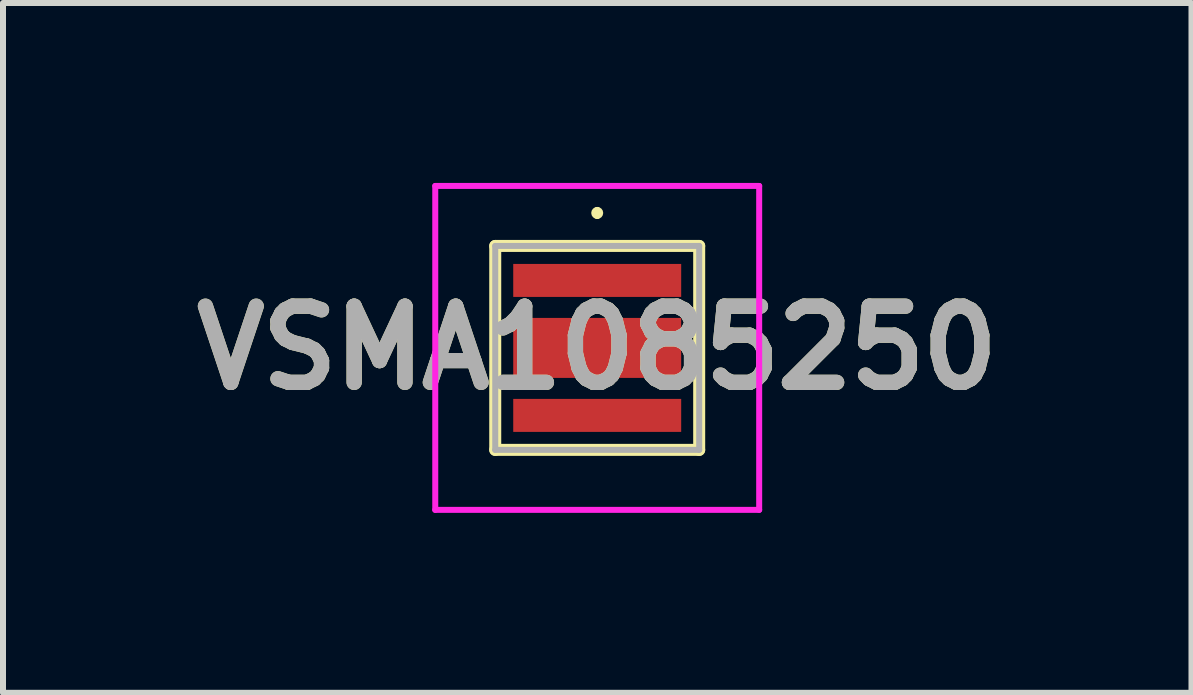
<source format=kicad_pcb>
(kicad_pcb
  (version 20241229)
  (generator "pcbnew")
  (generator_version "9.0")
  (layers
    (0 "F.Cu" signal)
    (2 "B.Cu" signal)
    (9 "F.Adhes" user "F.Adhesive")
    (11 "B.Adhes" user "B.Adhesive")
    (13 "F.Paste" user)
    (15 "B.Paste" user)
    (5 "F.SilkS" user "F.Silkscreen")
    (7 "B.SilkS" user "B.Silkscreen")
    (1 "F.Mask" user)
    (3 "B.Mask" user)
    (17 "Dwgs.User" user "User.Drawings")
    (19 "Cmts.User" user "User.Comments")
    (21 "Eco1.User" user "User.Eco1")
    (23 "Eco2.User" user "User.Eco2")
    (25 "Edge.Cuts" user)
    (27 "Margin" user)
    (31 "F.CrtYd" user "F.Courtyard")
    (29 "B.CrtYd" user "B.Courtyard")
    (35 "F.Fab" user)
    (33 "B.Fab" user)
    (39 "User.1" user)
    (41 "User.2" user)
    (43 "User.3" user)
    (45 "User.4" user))
  (footprint "VSMA1085250"
    (layer "F.Cu")
    (at 6.906 2.75)
    (property "Reference" "VSMA1085250" (at 0 0 0) (layer "F.SilkS") (effects (font (size 1.27 1.27) (thickness 0.254))))
    (attr smd)
    (fp_line (start -1.7 -1.7) (end 1.7 -1.7) (stroke (width 0.2) (type solid)) (layer "F.SilkS"))
    (fp_line (start -1.7 1.7) (end -1.7 -1.7) (stroke (width 0.2) (type solid)) (layer "F.SilkS"))
    (fp_line (start 0 -2.3) (end 0 -2.3) (stroke (width 0.1) (type solid)) (layer "F.SilkS"))
    (fp_line (start 0 -2.2) (end 0 -2.2) (stroke (width 0.1) (type solid)) (layer "F.SilkS"))
    (fp_line (start 1.7 -1.7) (end 1.7 1.7) (stroke (width 0.2) (type solid)) (layer "F.SilkS"))
    (fp_line (start 1.7 1.7) (end -1.7 1.7) (stroke (width 0.2) (type solid)) (layer "F.SilkS"))
    (fp_arc (start 0 -2.3) (mid 0.05 -2.25) (end 0 -2.2) (stroke (width 0.1) (type solid)) (layer "F.SilkS"))
    (fp_arc (start 0 -2.2) (mid -0.05 -2.25) (end 0 -2.3) (stroke (width 0.1) (type solid)) (layer "F.SilkS"))
    (fp_line (start -2.7 -2.7) (end 2.7 -2.7) (stroke (width 0.1) (type solid)) (layer "F.CrtYd"))
    (fp_line (start -2.7 2.7) (end -2.7 -2.7) (stroke (width 0.1) (type solid)) (layer "F.CrtYd"))
    (fp_line (start 2.7 -2.7) (end 2.7 2.7) (stroke (width 0.1) (type solid)) (layer "F.CrtYd"))
    (fp_line (start 2.7 2.7) (end -2.7 2.7) (stroke (width 0.1) (type solid)) (layer "F.CrtYd"))
    (fp_line (start -1.7 -1.7) (end -1.7 1.7) (stroke (width 0.1) (type solid)) (layer "F.Fab"))
    (fp_line (start -1.7 1.7) (end 1.7 1.7) (stroke (width 0.1) (type solid)) (layer "F.Fab"))
    (fp_line (start 1.7 -1.7) (end -1.7 -1.7) (stroke (width 0.1) (type solid)) (layer "F.Fab"))
    (fp_line (start 1.7 1.7) (end 1.7 -1.7) (stroke (width 0.1) (type solid)) (layer "F.Fab"))
    (fp_text user "${REFERENCE}" (at 0 0 0) (layer "F.Fab") (effects (font (size 1.27 1.27) (thickness 0.254))))
    (pad "1" smd rect (at 0 -1.125 90) (size 0.55 2.8) (layers "F.Cu" "F.Mask" "F.Paste"))
    (pad "2" smd rect (at 0 0 90) (size 1 2.8) (layers "F.Cu" "F.Mask" "F.Paste"))
    (pad "3" smd rect (at 0 1.125 90) (size 0.55 2.8) (layers "F.Cu" "F.Mask" "F.Paste")))
  (gr_rect
    (start -3 -3)
    (end 16.813 8.5)
    (stroke (width 0.1) (type default))
    (fill no)
    (layer "Edge.Cuts")))
</source>
